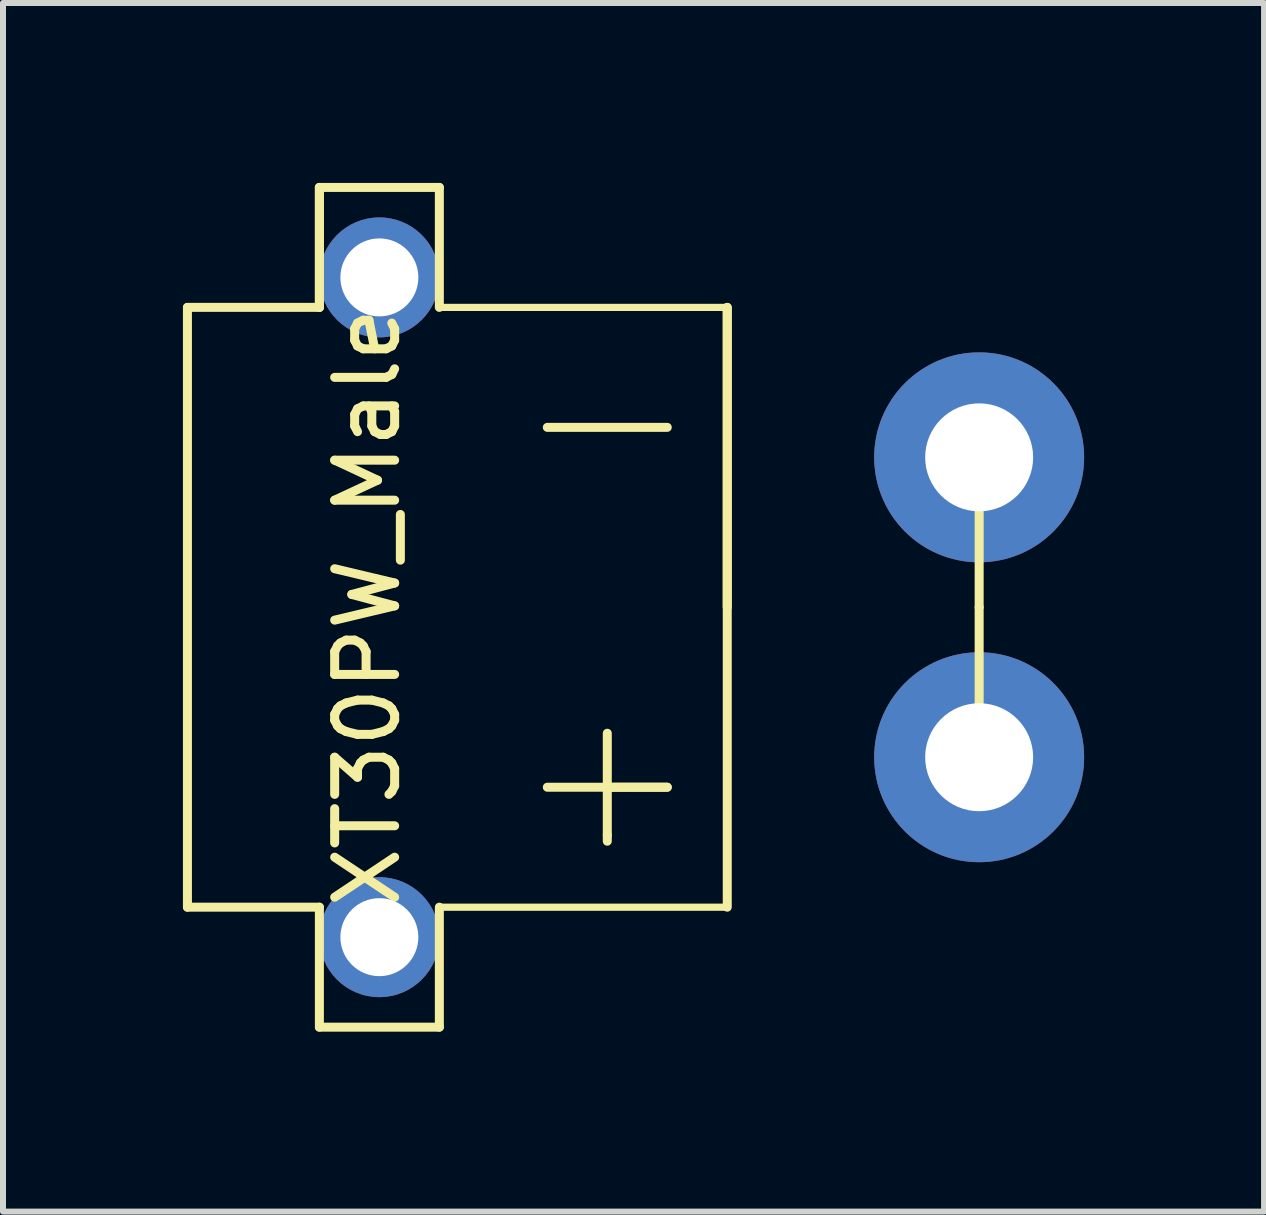
<source format=kicad_pcb>
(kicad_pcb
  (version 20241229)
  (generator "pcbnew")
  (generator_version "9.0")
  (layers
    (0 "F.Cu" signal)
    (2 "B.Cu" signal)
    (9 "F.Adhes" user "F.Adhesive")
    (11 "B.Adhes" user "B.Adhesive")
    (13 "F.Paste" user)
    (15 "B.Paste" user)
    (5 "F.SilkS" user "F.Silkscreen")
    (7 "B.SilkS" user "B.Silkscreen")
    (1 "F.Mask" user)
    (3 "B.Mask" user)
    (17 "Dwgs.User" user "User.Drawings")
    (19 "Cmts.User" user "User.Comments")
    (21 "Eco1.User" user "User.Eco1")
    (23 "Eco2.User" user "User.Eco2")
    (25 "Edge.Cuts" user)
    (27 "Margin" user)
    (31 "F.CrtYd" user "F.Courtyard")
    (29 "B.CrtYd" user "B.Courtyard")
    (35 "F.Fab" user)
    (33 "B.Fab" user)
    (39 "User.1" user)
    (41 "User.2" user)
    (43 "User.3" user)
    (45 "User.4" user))
  (footprint "XT30PW_Male"
    (layer "F.Cu")
    (at 6.075 7.075)
    (property "Reference" "XT30PW_Male" (at -3 0 90) (layer "F.SilkS") (effects (font (size 1 1) (thickness 0.15))))
    (attr through_hole)
    (fp_line (start -6 -5) (end -6 5) (stroke (width 0.15) (type solid)) (layer "F.SilkS"))
    (fp_line (start -6 5) (end -3.8 5) (stroke (width 0.15) (type solid)) (layer "F.SilkS"))
    (fp_line (start -3.8 -7) (end -1.8 -7) (stroke (width 0.15) (type solid)) (layer "F.SilkS"))
    (fp_line (start -3.8 -5) (end -6 -5) (stroke (width 0.15) (type solid)) (layer "F.SilkS"))
    (fp_line (start -3.8 -5) (end -3.8 -7) (stroke (width 0.15) (type solid)) (layer "F.SilkS"))
    (fp_line (start -3.8 -5) (end -3.8 -7) (stroke (width 0.15) (type solid)) (layer "F.SilkS"))
    (fp_line (start -3.8 5) (end -3.8 7) (stroke (width 0.15) (type solid)) (layer "F.SilkS"))
    (fp_line (start -3.8 7) (end -1.8 7) (stroke (width 0.15) (type solid)) (layer "F.SilkS"))
    (fp_line (start -1.8 -7) (end -1.8 -5) (stroke (width 0.15) (type solid)) (layer "F.SilkS"))
    (fp_line (start -1.8 7) (end -1.8 5) (stroke (width 0.15) (type solid)) (layer "F.SilkS"))
    (fp_line (start 1 2.1) (end 1 3.8) (stroke (width 0.15) (type solid)) (layer "F.SilkS"))
    (fp_line (start 1 3) (end 2 3) (stroke (width 0.15) (type solid)) (layer "F.SilkS"))
    (fp_line (start 1 3.9) (end 1 3.8) (stroke (width 0.15) (type solid)) (layer "F.SilkS"))
    (fp_line (start 2 -3) (end 0 -3) (stroke (width 0.15) (type solid)) (layer "F.SilkS"))
    (fp_line (start 2 3) (end 0 3) (stroke (width 0.15) (type solid)) (layer "F.SilkS"))
    (fp_line (start 3 -5) (end -1.8 -5) (stroke (width 0.12) (type solid)) (layer "F.SilkS"))
    (fp_line (start 3 -5) (end 3 5) (stroke (width 0.15) (type solid)) (layer "F.SilkS"))
    (fp_line (start 3 0) (end 3 -5) (stroke (width 0.15) (type solid)) (layer "F.SilkS"))
    (fp_line (start 3 5) (end -1.8 5) (stroke (width 0.12) (type solid)) (layer "F.SilkS"))
    (fp_line (start 7.2 0) (end 7.2 -2.5) (stroke (width 0.15) (type solid)) (layer "F.SilkS"))
    (fp_line (start 7.2 0) (end 7.2 2.5) (stroke (width 0.15) (type solid)) (layer "F.SilkS"))
    (pad "1" thru_hole circle (at 7.2 2.5) (size 3.5 3.5) (drill 1.8) (layers "*.Cu" "*.Mask"))
    (pad "2" thru_hole circle (at 7.2 -2.5) (size 3.5 3.5) (drill 1.8) (layers "*.Cu" "*.Mask"))
    (pad "CASE" thru_hole circle (at -2.8 -5.5) (size 2 2) (drill 1.3) (layers "*.Cu" "*.Mask"))
    (pad "CASE" thru_hole circle (at -2.8 5.5) (size 2 2) (drill 1.3) (layers "*.Cu" "*.Mask")))
  (gr_rect
    (start -3 -3)
    (end 18.025 17.15)
    (stroke (width 0.1) (type default))
    (fill no)
    (layer "Edge.Cuts")))
</source>
